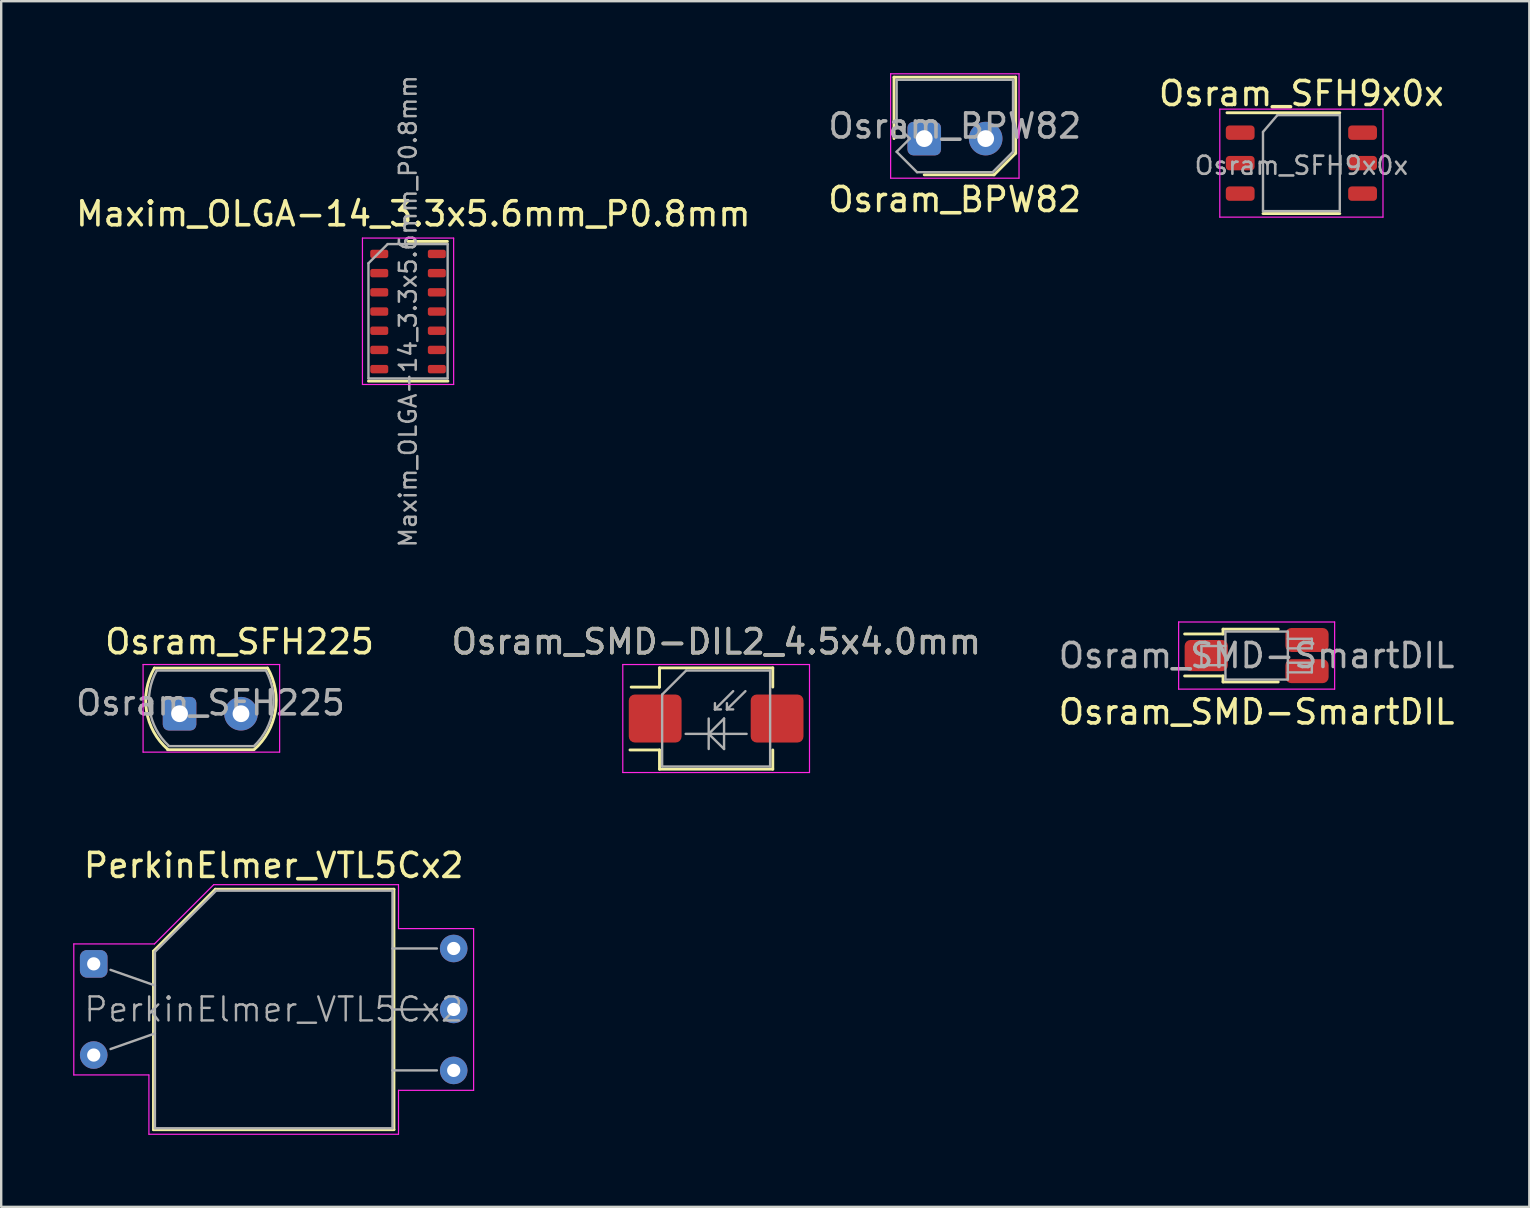
<source format=kicad_pcb>
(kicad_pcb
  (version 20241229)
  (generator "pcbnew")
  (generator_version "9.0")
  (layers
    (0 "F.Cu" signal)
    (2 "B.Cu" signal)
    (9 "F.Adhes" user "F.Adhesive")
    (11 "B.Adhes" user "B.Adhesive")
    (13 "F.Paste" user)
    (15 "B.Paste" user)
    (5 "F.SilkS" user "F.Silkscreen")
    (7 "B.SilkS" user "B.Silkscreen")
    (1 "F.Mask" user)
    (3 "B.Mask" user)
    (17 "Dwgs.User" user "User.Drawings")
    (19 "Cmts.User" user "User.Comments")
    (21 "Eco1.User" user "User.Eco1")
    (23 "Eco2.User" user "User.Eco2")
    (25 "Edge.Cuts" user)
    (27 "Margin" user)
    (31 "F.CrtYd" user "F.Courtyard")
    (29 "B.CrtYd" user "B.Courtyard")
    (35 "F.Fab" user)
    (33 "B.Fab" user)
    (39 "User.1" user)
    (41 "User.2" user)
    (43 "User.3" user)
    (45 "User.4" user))
  (footprint "Osram_BPW82"
    (layer "F.Cu")
    (at 35.462 2.725)
    (property "Reference" "Osram_BPW82" (at 1.27 2.54 0) (layer "F.SilkS") (effects (font (size 1 1) (thickness 0.15))))
    (attr through_hole)
    (fp_line (start -1.26 -2.56) (end -1.26 0) (stroke (width 0.12) (type solid)) (layer "F.SilkS"))
    (fp_line (start -1.26 -2.56) (end 3.81 -2.56) (stroke (width 0.12) (type solid)) (layer "F.SilkS"))
    (fp_line (start 0 1.51) (end 2.91 1.51) (stroke (width 0.12) (type solid)) (layer "F.SilkS"))
    (fp_line (start 3.81 -2.56) (end 3.81 0.61) (stroke (width 0.12) (type solid)) (layer "F.SilkS"))
    (fp_line (start 3.81 0.61) (end 2.91 1.51) (stroke (width 0.12) (type solid)) (layer "F.SilkS"))
    (fp_line (start -1.4 -2.7) (end -1.4 1.65) (stroke (width 0.05) (type solid)) (layer "F.CrtYd"))
    (fp_line (start -1.4 -2.7) (end 3.95 -2.7) (stroke (width 0.05) (type solid)) (layer "F.CrtYd"))
    (fp_line (start 3.95 1.65) (end -1.4 1.65) (stroke (width 0.05) (type solid)) (layer "F.CrtYd"))
    (fp_line (start 3.95 1.65) (end 3.95 -2.7) (stroke (width 0.05) (type solid)) (layer "F.CrtYd"))
    (fp_line (start -1.15 -2.45) (end 3.7 -2.45) (stroke (width 0.1) (type solid)) (layer "F.Fab"))
    (fp_line (start -1.15 -0.55) (end -1.15 -2.45) (stroke (width 0.1) (type solid)) (layer "F.Fab"))
    (fp_line (start -1.15 -0.55) (end -0.6 0) (stroke (width 0.1) (type solid)) (layer "F.Fab"))
    (fp_line (start -1.15 0.55) (end -0.6 0) (stroke (width 0.1) (type solid)) (layer "F.Fab"))
    (fp_line (start -0.3 1.4) (end -1.15 0.55) (stroke (width 0.1) (type solid)) (layer "F.Fab"))
    (fp_line (start 2.85 1.4) (end -0.3 1.4) (stroke (width 0.1) (type solid)) (layer "F.Fab"))
    (fp_line (start 3.7 -2.45) (end 3.7 0.55) (stroke (width 0.1) (type solid)) (layer "F.Fab"))
    (fp_line (start 3.7 0.55) (end 2.85 1.4) (stroke (width 0.1) (type solid)) (layer "F.Fab"))
    (fp_text user "${REFERENCE}" (at 1.275 -0.525 0) (layer "F.Fab") (effects (font (size 1 1) (thickness 0.15))))
    (pad "1" thru_hole roundrect (at 0 0) (size 1.4 1.4) (drill 0.7) (layers "*.Cu" "*.Mask") (roundrect_rratio 0.178))
    (pad "2" thru_hole circle (at 2.56 0) (size 1.4 1.4) (drill 0.7) (layers "*.Cu" "*.Mask")))
  (footprint "Osram_SFH225"
    (layer "F.Cu")
    (at 4.432 26.69)
    (property "Reference" "Osram_SFH225" (at 2.5 -3 0) (layer "F.SilkS") (effects (font (size 1 1) (thickness 0.15))))
    (attr through_hole)
    (fp_line (start -1.05 -1.9) (end 3.65 -1.9) (stroke (width 0.12) (type solid)) (layer "F.SilkS"))
    (fp_line (start -0.5 1.5) (end 3.05 1.5) (stroke (width 0.12) (type solid)) (layer "F.SilkS"))
    (fp_arc (start -0.489222 1.487733) (mid -1.374411 -0.10602) (end -1.05 -1.9) (stroke (width 0.12) (type solid)) (layer "F.SilkS"))
    (fp_arc (start 3.668649 -1.903514) (mid 3.990796 -0.10043) (end 3.1 1.5) (stroke (width 0.12) (type solid)) (layer "F.SilkS"))
    (fp_line (start -1.52 -2.05) (end -1.52 1.6) (stroke (width 0.05) (type solid)) (layer "F.CrtYd"))
    (fp_line (start -1.52 -2.05) (end 4.17 -2.05) (stroke (width 0.05) (type solid)) (layer "F.CrtYd"))
    (fp_line (start 4.17 1.6) (end -1.52 1.6) (stroke (width 0.05) (type solid)) (layer "F.CrtYd"))
    (fp_line (start 4.17 1.6) (end 4.17 -2.05) (stroke (width 0.05) (type solid)) (layer "F.CrtYd"))
    (fp_line (start -0.95 -1.8) (end 3.55 -1.8) (stroke (width 0.1) (type solid)) (layer "F.Fab"))
    (fp_line (start -0.45 1.35) (end 3.1 1.35) (stroke (width 0.1) (type solid)) (layer "F.Fab"))
    (fp_arc (start -0.44376 1.343225) (mid -1.24116 -0.140727) (end -0.95 -1.8) (stroke (width 0.1) (type solid)) (layer "F.Fab"))
    (fp_arc (start 3.590183 -1.81691) (mid 3.886451 -0.149662) (end 3.1 1.35) (stroke (width 0.1) (type solid)) (layer "F.Fab"))
    (fp_text user "${REFERENCE}" (at 1.288 -0.45 0) (layer "F.Fab") (effects (font (size 1 1) (thickness 0.15))))
    (pad "1" thru_hole roundrect (at 0 0) (size 1.4 1.4) (drill 0.7) (layers "*.Cu" "*.Mask") (roundrect_rratio 0.178))
    (pad "2" thru_hole circle (at 2.56 0) (size 1.4 1.4) (drill 0.7) (layers "*.Cu" "*.Mask")))
  (footprint "Maxim_OLGA-14_3.3x5.6mm_P0.8mm"
    (layer "F.Cu")
    (at 13.953 9.931)
    (property "Reference" "Maxim_OLGA-14_3.3x5.6mm_P0.8mm" (at 0.22 -4.07 0) (layer "F.SilkS") (effects (font (size 1 1) (thickness 0.15))))
    (attr smd)
    (fp_line (start 0 -2.92) (end 1.64 -2.92) (stroke (width 0.12) (type solid)) (layer "F.SilkS"))
    (fp_line (start 1.66 2.9) (end -1.65 2.9) (stroke (width 0.12) (type solid)) (layer "F.SilkS"))
    (fp_line (start -1.9 -3.06) (end -1.9 3.04) (stroke (width 0.05) (type solid)) (layer "F.CrtYd"))
    (fp_line (start -1.9 -3.06) (end 1.9 -3.06) (stroke (width 0.05) (type solid)) (layer "F.CrtYd"))
    (fp_line (start 1.9 3.04) (end -1.9 3.04) (stroke (width 0.05) (type solid)) (layer "F.CrtYd"))
    (fp_line (start 1.9 3.04) (end 1.9 -3.06) (stroke (width 0.05) (type solid)) (layer "F.CrtYd"))
    (fp_line (start -1.65 -2.01) (end -0.85 -2.81) (stroke (width 0.1) (type solid)) (layer "F.Fab"))
    (fp_line (start -1.65 2.79) (end -1.65 -2.01) (stroke (width 0.1) (type solid)) (layer "F.Fab"))
    (fp_line (start -1.65 2.79) (end 1.65 2.79) (stroke (width 0.1) (type solid)) (layer "F.Fab"))
    (fp_line (start -0.85 -2.81) (end 1.65 -2.81) (stroke (width 0.1) (type solid)) (layer "F.Fab"))
    (fp_line (start 1.65 2.79) (end 1.65 -2.81) (stroke (width 0.1) (type solid)) (layer "F.Fab"))
    (fp_text user "${REFERENCE}" (at 0 -0.01 90) (layer "F.Fab") (effects (font (size 0.7 0.7) (thickness 0.105))))
    (pad "1" smd roundrect (at -1.2 -2.4) (size 0.75 0.35) (layers "F.Cu" "F.Mask" "F.Paste") (roundrect_rratio 0.25))
    (pad "2" smd roundrect (at -1.2 -1.6) (size 0.75 0.35) (layers "F.Cu" "F.Mask" "F.Paste") (roundrect_rratio 0.25))
    (pad "3" smd roundrect (at -1.2 -0.8) (size 0.75 0.35) (layers "F.Cu" "F.Mask" "F.Paste") (roundrect_rratio 0.25))
    (pad "4" smd roundrect (at -1.2 0) (size 0.75 0.35) (layers "F.Cu" "F.Mask" "F.Paste") (roundrect_rratio 0.25))
    (pad "5" smd roundrect (at -1.2 0.8) (size 0.75 0.35) (layers "F.Cu" "F.Mask" "F.Paste") (roundrect_rratio 0.25))
    (pad "6" smd roundrect (at -1.2 1.6) (size 0.75 0.35) (layers "F.Cu" "F.Mask" "F.Paste") (roundrect_rratio 0.25))
    (pad "7" smd roundrect (at -1.2 2.4) (size 0.75 0.35) (layers "F.Cu" "F.Mask" "F.Paste") (roundrect_rratio 0.25))
    (pad "8" smd roundrect (at 1.2 2.4) (size 0.75 0.35) (layers "F.Cu" "F.Mask" "F.Paste") (roundrect_rratio 0.25))
    (pad "9" smd roundrect (at 1.2 1.6) (size 0.75 0.35) (layers "F.Cu" "F.Mask" "F.Paste") (roundrect_rratio 0.25))
    (pad "10" smd roundrect (at 1.2 0.8) (size 0.75 0.35) (layers "F.Cu" "F.Mask" "F.Paste") (roundrect_rratio 0.25))
    (pad "11" smd roundrect (at 1.2 0) (size 0.75 0.35) (layers "F.Cu" "F.Mask" "F.Paste") (roundrect_rratio 0.25))
    (pad "12" smd roundrect (at 1.2 -0.8) (size 0.75 0.35) (layers "F.Cu" "F.Mask" "F.Paste") (roundrect_rratio 0.25))
    (pad "13" smd roundrect (at 1.2 -1.6) (size 0.75 0.35) (layers "F.Cu" "F.Mask" "F.Paste") (roundrect_rratio 0.25))
    (pad "14" smd roundrect (at 1.2 -2.4) (size 0.75 0.35) (layers "F.Cu" "F.Mask" "F.Paste") (roundrect_rratio 0.25)))
  (footprint "Osram_SMD-SmartDIL"
    (layer "F.Cu")
    (at 49.313 24.267)
    (property "Reference" "Osram_SMD-SmartDIL" (at 0 2.35 0) (layer "F.SilkS") (effects (font (size 1 1) (thickness 0.15))))
    (attr smd)
    (fp_line (start -1.4 -1.1) (end -1.4 -0.9) (stroke (width 0.12) (type solid)) (layer "F.SilkS"))
    (fp_line (start -1.4 -1.1) (end 0.9 -1.1) (stroke (width 0.12) (type solid)) (layer "F.SilkS"))
    (fp_line (start -1.4 -0.9) (end -3 -0.9) (stroke (width 0.12) (type solid)) (layer "F.SilkS"))
    (fp_line (start -1.4 0.85) (end -3 0.85) (stroke (width 0.12) (type solid)) (layer "F.SilkS"))
    (fp_line (start -1.4 1.1) (end -1.4 0.85) (stroke (width 0.12) (type solid)) (layer "F.SilkS"))
    (fp_line (start 0.9 1.1) (end -1.4 1.1) (stroke (width 0.12) (type solid)) (layer "F.SilkS"))
    (fp_line (start -3.25 -1.4) (end -3.25 1.4) (stroke (width 0.05) (type solid)) (layer "F.CrtYd"))
    (fp_line (start -3.25 -1.4) (end 3.25 -1.4) (stroke (width 0.05) (type solid)) (layer "F.CrtYd"))
    (fp_line (start 3.25 1.4) (end -3.25 1.4) (stroke (width 0.05) (type solid)) (layer "F.CrtYd"))
    (fp_line (start 3.25 1.4) (end 3.25 -1.4) (stroke (width 0.05) (type solid)) (layer "F.CrtYd"))
    (fp_line (start -2.3 -0.4) (end -2.3 0.4) (stroke (width 0.1) (type solid)) (layer "F.Fab"))
    (fp_line (start -2.3 0.4) (end -1.35 0.4) (stroke (width 0.1) (type solid)) (layer "F.Fab"))
    (fp_line (start -1.3 -1) (end -1.3 1) (stroke (width 0.1) (type solid)) (layer "F.Fab"))
    (fp_line (start -1.3 -0.4) (end -2.3 -0.4) (stroke (width 0.1) (type solid)) (layer "F.Fab"))
    (fp_line (start -1.3 1) (end 1.3 1) (stroke (width 0.1) (type solid)) (layer "F.Fab"))
    (fp_line (start 1.3 -1) (end -1.3 -1) (stroke (width 0.1) (type solid)) (layer "F.Fab"))
    (fp_line (start 1.3 -0.7) (end 2.3 -0.7) (stroke (width 0.1) (type solid)) (layer "F.Fab"))
    (fp_line (start 1.3 0.3) (end 2.3 0.3) (stroke (width 0.1) (type solid)) (layer "F.Fab"))
    (fp_line (start 1.3 1) (end 1.3 -1) (stroke (width 0.1) (type solid)) (layer "F.Fab"))
    (fp_line (start 2.3 -0.7) (end 2.3 -0.3) (stroke (width 0.1) (type solid)) (layer "F.Fab"))
    (fp_line (start 2.3 -0.3) (end 1.3 -0.3) (stroke (width 0.1) (type solid)) (layer "F.Fab"))
    (fp_line (start 2.3 0.3) (end 2.3 0.7) (stroke (width 0.1) (type solid)) (layer "F.Fab"))
    (fp_line (start 2.3 0.7) (end 1.3 0.7) (stroke (width 0.1) (type solid)) (layer "F.Fab"))
    (fp_text user "${REFERENCE}" (at 0 0 0) (layer "F.Fab") (effects (font (size 1 1) (thickness 0.15))))
    (pad "1" smd roundrect (at -2.1 0 180) (size 1.8 1.3) (layers "F.Cu" "F.Mask" "F.Paste") (roundrect_rratio 0.19))
    (pad "2" smd roundrect (at 2.1 -0.65 180) (size 1.8 1) (layers "F.Cu" "F.Mask" "F.Paste") (roundrect_rratio 0.25))
    (pad "3" smd roundrect (at 2.1 0.65 180) (size 1.8 1) (layers "F.Cu" "F.Mask" "F.Paste") (roundrect_rratio 0.25)))
  (footprint "PerkinElmer_VTL5Cx2"
    (layer "F.Cu")
    (at 0.855 37.113)
    (property "Reference" "PerkinElmer_VTL5Cx2" (at 7.5 -4.1 0) (layer "F.SilkS") (effects (font (size 1 1) (thickness 0.15))))
    (attr through_hole)
    (fp_line (start 2.49 -0.53) (end 2.49 6.91) (stroke (width 0.12) (type solid)) (layer "F.SilkS"))
    (fp_line (start 2.49 6.91) (end 12.51 6.91) (stroke (width 0.12) (type solid)) (layer "F.SilkS"))
    (fp_line (start 5.07 -3.11) (end 2.49 -0.53) (stroke (width 0.12) (type solid)) (layer "F.SilkS"))
    (fp_line (start 12.51 -3.11) (end 5.07 -3.11) (stroke (width 0.12) (type solid)) (layer "F.SilkS"))
    (fp_line (start 12.51 6.91) (end 12.51 -3.11) (stroke (width 0.12) (type solid)) (layer "F.SilkS"))
    (fp_line (start -0.83 -0.83) (end 2.53 -0.83) (stroke (width 0.05) (type solid)) (layer "F.CrtYd"))
    (fp_line (start -0.83 4.63) (end -0.83 -0.83) (stroke (width 0.05) (type solid)) (layer "F.CrtYd"))
    (fp_line (start -0.83 4.63) (end 2.3 4.63) (stroke (width 0.05) (type solid)) (layer "F.CrtYd"))
    (fp_line (start 2.3 7.1) (end 2.3 4.63) (stroke (width 0.05) (type solid)) (layer "F.CrtYd"))
    (fp_line (start 2.53 -0.83) (end 5 -3.3) (stroke (width 0.05) (type solid)) (layer "F.CrtYd"))
    (fp_line (start 5 -3.3) (end 12.7 -3.3) (stroke (width 0.05) (type solid)) (layer "F.CrtYd"))
    (fp_line (start 12.7 -1.47) (end 12.7 -3.3) (stroke (width 0.05) (type solid)) (layer "F.CrtYd"))
    (fp_line (start 12.7 -1.47) (end 15.83 -1.47) (stroke (width 0.05) (type solid)) (layer "F.CrtYd"))
    (fp_line (start 12.7 5.27) (end 12.7 7.1) (stroke (width 0.05) (type solid)) (layer "F.CrtYd"))
    (fp_line (start 12.7 5.27) (end 15.83 5.27) (stroke (width 0.05) (type solid)) (layer "F.CrtYd"))
    (fp_line (start 12.7 7.1) (end 2.3 7.1) (stroke (width 0.05) (type solid)) (layer "F.CrtYd"))
    (fp_line (start 15.83 5.27) (end 15.83 -1.47) (stroke (width 0.05) (type solid)) (layer "F.CrtYd"))
    (fp_line (start 0.7 0.25) (end 2.55 0.9) (stroke (width 0.1) (type solid)) (layer "F.Fab"))
    (fp_line (start 0.7 3.55) (end 2.55 2.9) (stroke (width 0.1) (type solid)) (layer "F.Fab"))
    (fp_line (start 2.55 6.85) (end 2.55 -0.5) (stroke (width 0.1) (type solid)) (layer "F.Fab"))
    (fp_line (start 5.1 -3.05) (end 2.55 -0.5) (stroke (width 0.1) (type solid)) (layer "F.Fab"))
    (fp_line (start 5.1 -3.05) (end 12.45 -3.05) (stroke (width 0.1) (type solid)) (layer "F.Fab"))
    (fp_line (start 12.45 -3.05) (end 12.45 6.85) (stroke (width 0.1) (type solid)) (layer "F.Fab"))
    (fp_line (start 12.45 6.85) (end 2.55 6.85) (stroke (width 0.1) (type solid)) (layer "F.Fab"))
    (fp_line (start 14.3 -0.64) (end 12.45 -0.64) (stroke (width 0.1) (type solid)) (layer "F.Fab"))
    (fp_line (start 14.3 1.9) (end 12.45 1.9) (stroke (width 0.1) (type solid)) (layer "F.Fab"))
    (fp_line (start 14.3 4.44) (end 12.45 4.44) (stroke (width 0.1) (type solid)) (layer "F.Fab"))
    (fp_text user "${REFERENCE}" (at 7.5 1.9 0) (layer "F.Fab") (effects (font (size 1 1) (thickness 0.1))))
    (pad "1" thru_hole roundrect (at 0 0) (size 1.15 1.15) (drill 0.55) (layers "*.Cu" "*.Mask") (roundrect_rratio 0.25))
    (pad "2" thru_hole circle (at 0 3.8) (size 1.15 1.15) (drill 0.55) (layers "*.Cu" "*.Mask"))
    (pad "3" thru_hole circle (at 15 -0.64) (size 1.15 1.15) (drill 0.55) (layers "*.Cu" "*.Mask"))
    (pad "4" thru_hole circle (at 15 1.9) (size 1.15 1.15) (drill 0.55) (layers "*.Cu" "*.Mask"))
    (pad "5" thru_hole circle (at 15 4.44) (size 1.15 1.15) (drill 0.55) (layers "*.Cu" "*.Mask")))
  (footprint "Osram_SFH9x0x"
    (layer "F.Cu")
    (at 51.178 3.748)
    (property "Reference" "Osram_SFH9x0x" (at 0 -2.9 0) (layer "F.SilkS") (effects (font (size 1 1) (thickness 0.15))))
    (attr smd)
    (fp_line (start -1.6 2.1) (end 1.6 2.1) (stroke (width 0.12) (type solid)) (layer "F.SilkS"))
    (fp_line (start 1.6 -2.1) (end -3.1 -2.1) (stroke (width 0.12) (type solid)) (layer "F.SilkS"))
    (fp_line (start -3.4 -2.25) (end -3.4 2.25) (stroke (width 0.05) (type solid)) (layer "F.CrtYd"))
    (fp_line (start -3.4 -2.25) (end 3.4 -2.25) (stroke (width 0.05) (type solid)) (layer "F.CrtYd"))
    (fp_line (start 3.4 2.25) (end -3.4 2.25) (stroke (width 0.05) (type solid)) (layer "F.CrtYd"))
    (fp_line (start 3.4 2.25) (end 3.4 -2.25) (stroke (width 0.05) (type solid)) (layer "F.CrtYd"))
    (fp_line (start -1.6 -1.3) (end -1.6 2) (stroke (width 0.1) (type solid)) (layer "F.Fab"))
    (fp_line (start -1.6 2) (end 1.6 2) (stroke (width 0.1) (type solid)) (layer "F.Fab"))
    (fp_line (start -1 -2) (end -1.6 -1.3) (stroke (width 0.1) (type solid)) (layer "F.Fab"))
    (fp_line (start 1.6 -2) (end -1 -2) (stroke (width 0.1) (type solid)) (layer "F.Fab"))
    (fp_line (start 1.6 2) (end 1.6 -2) (stroke (width 0.1) (type solid)) (layer "F.Fab"))
    (fp_text user "${REFERENCE}" (at 0 0.1 0) (layer "F.Fab") (effects (font (size 0.75 0.75) (thickness 0.11))))
    (pad "1" smd roundrect (at -2.55 -1.27) (size 1.2 0.6) (layers "F.Cu" "F.Mask" "F.Paste") (roundrect_rratio 0.25))
    (pad "2" smd roundrect (at -2.55 0) (size 1.2 0.6) (layers "F.Cu" "F.Mask" "F.Paste") (roundrect_rratio 0.25))
    (pad "3" smd roundrect (at -2.55 1.27) (size 1.2 0.6) (layers "F.Cu" "F.Mask" "F.Paste") (roundrect_rratio 0.25))
    (pad "4" smd roundrect (at 2.55 1.27) (size 1.2 0.6) (layers "F.Cu" "F.Mask" "F.Paste") (roundrect_rratio 0.25))
    (pad "5" smd roundrect (at 2.55 0) (size 1.2 0.6) (layers "F.Cu" "F.Mask" "F.Paste") (roundrect_rratio 0.25))
    (pad "6" smd roundrect (at 2.55 -1.27) (size 1.2 0.6) (layers "F.Cu" "F.Mask" "F.Paste") (roundrect_rratio 0.25)))
  (footprint "Osram_SMD-DIL2_4.5x4.0mm"
    (layer "F.Cu")
    (at 26.791 26.89)
    (property "Reference" "Osram_SMD-DIL2_4.5x4.0mm" (at 0.01 -3.2 0) (layer "F.SilkS") (effects (font (size 1 1) (thickness 0.15))))
    (attr smd)
    (fp_line (start -3.59 1.31) (end -2.36 1.31) (stroke (width 0.12) (type solid)) (layer "F.SilkS"))
    (fp_line (start -2.36 -2.11) (end -2.36 -1.31) (stroke (width 0.12) (type solid)) (layer "F.SilkS"))
    (fp_line (start -2.36 -1.31) (end -3.54 -1.31) (stroke (width 0.12) (type solid)) (layer "F.SilkS"))
    (fp_line (start -2.36 1.31) (end -2.36 2.11) (stroke (width 0.12) (type solid)) (layer "F.SilkS"))
    (fp_line (start -2.36 2.11) (end 2.36 2.11) (stroke (width 0.12) (type solid)) (layer "F.SilkS"))
    (fp_line (start 2.36 -2.11) (end -2.36 -2.11) (stroke (width 0.12) (type solid)) (layer "F.SilkS"))
    (fp_line (start 2.36 -1.31) (end 2.36 -2.11) (stroke (width 0.12) (type solid)) (layer "F.SilkS"))
    (fp_line (start 2.36 2.11) (end 2.36 1.31) (stroke (width 0.12) (type solid)) (layer "F.SilkS"))
    (fp_line (start -3.89 -2.25) (end -3.89 2.25) (stroke (width 0.05) (type solid)) (layer "F.CrtYd"))
    (fp_line (start -3.89 -2.25) (end 3.89 -2.25) (stroke (width 0.05) (type solid)) (layer "F.CrtYd"))
    (fp_line (start 3.89 2.25) (end -3.89 2.25) (stroke (width 0.05) (type solid)) (layer "F.CrtYd"))
    (fp_line (start 3.89 2.25) (end 3.89 -2.25) (stroke (width 0.05) (type solid)) (layer "F.CrtYd"))
    (fp_line (start -2.25 -1) (end -2.25 2) (stroke (width 0.1) (type solid)) (layer "F.Fab"))
    (fp_line (start -2.25 -1) (end -1.25 -2) (stroke (width 0.1) (type solid)) (layer "F.Fab"))
    (fp_line (start -1.27 0.64) (end 1.27 0.64) (stroke (width 0.1) (type solid)) (layer "F.Fab"))
    (fp_line (start -1.25 -2) (end 2.25 -2) (stroke (width 0.1) (type solid)) (layer "F.Fab"))
    (fp_line (start -0.31 0) (end -0.31 1.27) (stroke (width 0.1) (type solid)) (layer "F.Fab"))
    (fp_line (start -0.31 0.64) (end 0.33 0) (stroke (width 0.1) (type solid)) (layer "F.Fab"))
    (fp_line (start -0.05 -0.38) (end -0.05 -0.64) (stroke (width 0.1) (type solid)) (layer "F.Fab"))
    (fp_line (start -0.05 -0.38) (end 0.2 -0.38) (stroke (width 0.1) (type solid)) (layer "F.Fab"))
    (fp_line (start 0.33 0) (end 0.33 1.27) (stroke (width 0.1) (type solid)) (layer "F.Fab"))
    (fp_line (start 0.33 1.27) (end -0.31 0.64) (stroke (width 0.1) (type solid)) (layer "F.Fab"))
    (fp_line (start 0.45 -0.38) (end 0.45 -0.64) (stroke (width 0.1) (type solid)) (layer "F.Fab"))
    (fp_line (start 0.45 -0.38) (end 0.71 -0.38) (stroke (width 0.1) (type solid)) (layer "F.Fab"))
    (fp_line (start 0.71 -1.14) (end -0.05 -0.38) (stroke (width 0.1) (type solid)) (layer "F.Fab"))
    (fp_line (start 1.22 -1.14) (end 0.45 -0.38) (stroke (width 0.1) (type solid)) (layer "F.Fab"))
    (fp_line (start 2.25 -2) (end 2.25 2) (stroke (width 0.1) (type solid)) (layer "F.Fab"))
    (fp_line (start 2.25 2) (end -2.25 2) (stroke (width 0.1) (type solid)) (layer "F.Fab"))
    (fp_text user "${REFERENCE}" (at 0.01 -3.2 0) (layer "F.Fab") (effects (font (size 1 1) (thickness 0.15))))
    (pad "1" smd roundrect (at -2.54 0 180) (size 2.2 2) (layers "F.Cu" "F.Mask" "F.Paste") (roundrect_rratio 0.125))
    (pad "2" smd roundrect (at 2.54 0 180) (size 2.2 2) (layers "F.Cu" "F.Mask" "F.Paste") (roundrect_rratio 0.125)))
  (gr_rect
    (start -3 -3)
    (end 60.676 47.238)
    (stroke (width 0.1) (type default))
    (fill no)
    (layer "Edge.Cuts")))
</source>
